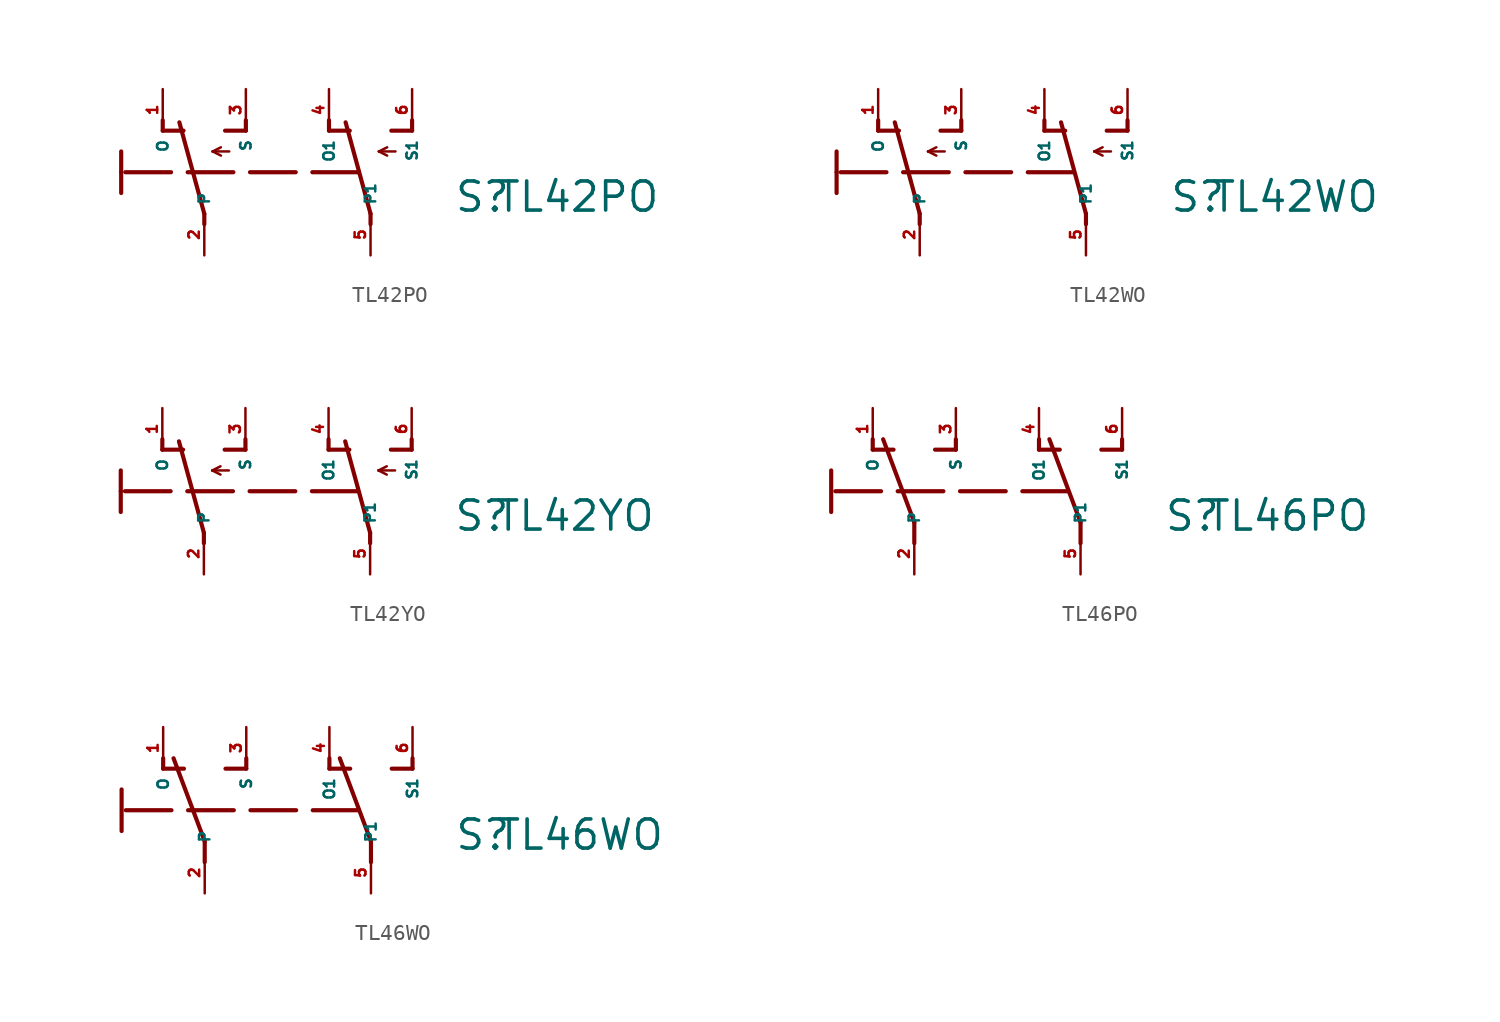
<source format=kicad_sym>
(kicad_symbol_lib
  (version 20220914)
  (generator Eagle2Kicad)
  (symbol "TL42PO"
    (property "Reference" "S"
      (at 15.24 -2.54 0)
      (effects (font (size 1.778 1.778) (thickness 0.22)) (justify left bottom)))
    (property "Value" "TL42PO"
      (at 17.78 -2.54 0)
      (effects (font (size 1.778 1.778) (thickness 0.22)) (justify left bottom)))
    (polyline
      (pts (xy 0 -3.175) (xy 0 -2.54))
      (stroke (width 0.254) (type default))
      (fill (type none)))
    (polyline
      (pts (xy 0 -2.54) (xy -1.524 3.048))
      (stroke (width 0.254) (type default))
      (fill (type none)))
    (polyline
      (pts (xy 1.27 2.54) (xy 2.54 2.54))
      (stroke (width 0.254) (type default))
      (fill (type none)))
    (polyline
      (pts (xy 2.54 2.54) (xy 2.54 3.175))
      (stroke (width 0.254) (type default))
      (fill (type none)))
    (polyline
      (pts (xy -2.54 2.54) (xy -1.27 2.54))
      (stroke (width 0.254) (type default))
      (fill (type none)))
    (polyline
      (pts (xy -2.54 2.54) (xy -2.54 3.175))
      (stroke (width 0.254) (type default))
      (fill (type none)))
    (polyline
      (pts (xy 0.508 1.27) (xy 1.016 1.524))
      (stroke (width 0.152) (type default))
      (fill (type none)))
    (polyline
      (pts (xy 0.508 1.27) (xy 1.016 1.016))
      (stroke (width 0.152) (type default))
      (fill (type none)))
    (polyline
      (pts (xy 0.508 1.27) (xy 1.524 1.27))
      (stroke (width 0.152) (type default))
      (fill (type none)))
    (polyline
      (pts (xy 10.16 -3.175) (xy 10.16 -2.54))
      (stroke (width 0.254) (type default))
      (fill (type none)))
    (polyline
      (pts (xy 10.16 -2.54) (xy 8.636 3.048))
      (stroke (width 0.254) (type default))
      (fill (type none)))
    (polyline
      (pts (xy 11.43 2.54) (xy 12.7 2.54))
      (stroke (width 0.254) (type default))
      (fill (type none)))
    (polyline
      (pts (xy 12.7 2.54) (xy 12.7 3.175))
      (stroke (width 0.254) (type default))
      (fill (type none)))
    (polyline
      (pts (xy 7.62 2.54) (xy 8.89 2.54))
      (stroke (width 0.254) (type default))
      (fill (type none)))
    (polyline
      (pts (xy 7.62 2.54) (xy 7.62 3.175))
      (stroke (width 0.254) (type default))
      (fill (type none)))
    (polyline
      (pts (xy 10.668 1.27) (xy 11.176 1.524))
      (stroke (width 0.152) (type default))
      (fill (type none)))
    (polyline
      (pts (xy 10.668 1.27) (xy 11.176 1.016))
      (stroke (width 0.152) (type default))
      (fill (type none)))
    (polyline
      (pts (xy 10.668 1.27) (xy 11.684 1.27))
      (stroke (width 0.152) (type default))
      (fill (type none)))
    (polyline
      (pts (xy 9.398 0) (xy -5.08 0))
      (stroke (width 0.254) (type dash))
      (fill (type none)))
    (polyline
      (pts (xy -5.08 1.27) (xy -5.08 0))
      (stroke (width 0.254) (type default))
      (fill (type none)))
    (polyline
      (pts (xy -5.08 0) (xy -5.08 -1.27))
      (stroke (width 0.254) (type default))
      (fill (type none)))
    (pin passive line
      (at 0 -5.08 90)
      (length 2.54)
      (name "P" (effects (font (size 0.635 0.635) (thickness 0.08)) (justify left bottom)))
      (number "2" (effects (font (size 0.635 0.635) (thickness 0.08)) (justify left bottom))))
    (pin passive line
      (at 2.54 5.08 270)
      (length 2.54)
      (name "S" (effects (font (size 0.635 0.635) (thickness 0.08)) (justify left bottom)))
      (number "3" (effects (font (size 0.635 0.635) (thickness 0.08)) (justify left bottom))))
    (pin passive line
      (at -2.54 5.08 270)
      (length 2.54)
      (name "O" (effects (font (size 0.635 0.635) (thickness 0.08)) (justify left bottom)))
      (number "1" (effects (font (size 0.635 0.635) (thickness 0.08)) (justify left bottom))))
    (pin passive line
      (at 10.16 -5.08 90)
      (length 2.54)
      (name "P1" (effects (font (size 0.635 0.635) (thickness 0.08)) (justify left bottom)))
      (number "5" (effects (font (size 0.635 0.635) (thickness 0.08)) (justify left bottom))))
    (pin passive line
      (at 12.7 5.08 270)
      (length 2.54)
      (name "S1" (effects (font (size 0.635 0.635) (thickness 0.08)) (justify left bottom)))
      (number "6" (effects (font (size 0.635 0.635) (thickness 0.08)) (justify left bottom))))
    (pin passive line
      (at 7.62 5.08 270)
      (length 2.54)
      (name "O1" (effects (font (size 0.635 0.635) (thickness 0.08)) (justify left bottom)))
      (number "4" (effects (font (size 0.635 0.635) (thickness 0.08)) (justify left bottom)))))
  (symbol "TL42WO"
    (property "Reference" "S"
      (at 15.24 -2.54 0)
      (effects (font (size 1.778 1.778) (thickness 0.22)) (justify left bottom)))
    (property "Value" "TL42WO"
      (at 17.78 -2.54 0)
      (effects (font (size 1.778 1.778) (thickness 0.22)) (justify left bottom)))
    (polyline
      (pts (xy 0 -3.175) (xy 0 -2.54))
      (stroke (width 0.254) (type default))
      (fill (type none)))
    (polyline
      (pts (xy 0 -2.54) (xy -1.524 3.048))
      (stroke (width 0.254) (type default))
      (fill (type none)))
    (polyline
      (pts (xy 1.27 2.54) (xy 2.54 2.54))
      (stroke (width 0.254) (type default))
      (fill (type none)))
    (polyline
      (pts (xy 2.54 2.54) (xy 2.54 3.175))
      (stroke (width 0.254) (type default))
      (fill (type none)))
    (polyline
      (pts (xy -2.54 2.54) (xy -1.27 2.54))
      (stroke (width 0.254) (type default))
      (fill (type none)))
    (polyline
      (pts (xy -2.54 2.54) (xy -2.54 3.175))
      (stroke (width 0.254) (type default))
      (fill (type none)))
    (polyline
      (pts (xy 0.508 1.27) (xy 1.016 1.524))
      (stroke (width 0.152) (type default))
      (fill (type none)))
    (polyline
      (pts (xy 0.508 1.27) (xy 1.016 1.016))
      (stroke (width 0.152) (type default))
      (fill (type none)))
    (polyline
      (pts (xy 0.508 1.27) (xy 1.524 1.27))
      (stroke (width 0.152) (type default))
      (fill (type none)))
    (polyline
      (pts (xy 10.16 -3.175) (xy 10.16 -2.54))
      (stroke (width 0.254) (type default))
      (fill (type none)))
    (polyline
      (pts (xy 10.16 -2.54) (xy 8.636 3.048))
      (stroke (width 0.254) (type default))
      (fill (type none)))
    (polyline
      (pts (xy 11.43 2.54) (xy 12.7 2.54))
      (stroke (width 0.254) (type default))
      (fill (type none)))
    (polyline
      (pts (xy 12.7 2.54) (xy 12.7 3.175))
      (stroke (width 0.254) (type default))
      (fill (type none)))
    (polyline
      (pts (xy 7.62 2.54) (xy 8.89 2.54))
      (stroke (width 0.254) (type default))
      (fill (type none)))
    (polyline
      (pts (xy 7.62 2.54) (xy 7.62 3.175))
      (stroke (width 0.254) (type default))
      (fill (type none)))
    (polyline
      (pts (xy 10.668 1.27) (xy 11.176 1.524))
      (stroke (width 0.152) (type default))
      (fill (type none)))
    (polyline
      (pts (xy 10.668 1.27) (xy 11.176 1.016))
      (stroke (width 0.152) (type default))
      (fill (type none)))
    (polyline
      (pts (xy 10.668 1.27) (xy 11.684 1.27))
      (stroke (width 0.152) (type default))
      (fill (type none)))
    (polyline
      (pts (xy 9.398 0) (xy -5.08 0))
      (stroke (width 0.254) (type dash))
      (fill (type none)))
    (polyline
      (pts (xy -5.08 1.27) (xy -5.08 0))
      (stroke (width 0.254) (type default))
      (fill (type none)))
    (polyline
      (pts (xy -5.08 0) (xy -5.08 -1.27))
      (stroke (width 0.254) (type default))
      (fill (type none)))
    (pin passive line
      (at 0 -5.08 90)
      (length 2.54)
      (name "P" (effects (font (size 0.635 0.635) (thickness 0.08)) (justify left bottom)))
      (number "2" (effects (font (size 0.635 0.635) (thickness 0.08)) (justify left bottom))))
    (pin passive line
      (at 2.54 5.08 270)
      (length 2.54)
      (name "S" (effects (font (size 0.635 0.635) (thickness 0.08)) (justify left bottom)))
      (number "3" (effects (font (size 0.635 0.635) (thickness 0.08)) (justify left bottom))))
    (pin passive line
      (at -2.54 5.08 270)
      (length 2.54)
      (name "O" (effects (font (size 0.635 0.635) (thickness 0.08)) (justify left bottom)))
      (number "1" (effects (font (size 0.635 0.635) (thickness 0.08)) (justify left bottom))))
    (pin passive line
      (at 10.16 -5.08 90)
      (length 2.54)
      (name "P1" (effects (font (size 0.635 0.635) (thickness 0.08)) (justify left bottom)))
      (number "5" (effects (font (size 0.635 0.635) (thickness 0.08)) (justify left bottom))))
    (pin passive line
      (at 12.7 5.08 270)
      (length 2.54)
      (name "S1" (effects (font (size 0.635 0.635) (thickness 0.08)) (justify left bottom)))
      (number "6" (effects (font (size 0.635 0.635) (thickness 0.08)) (justify left bottom))))
    (pin passive line
      (at 7.62 5.08 270)
      (length 2.54)
      (name "O1" (effects (font (size 0.635 0.635) (thickness 0.08)) (justify left bottom)))
      (number "4" (effects (font (size 0.635 0.635) (thickness 0.08)) (justify left bottom)))))
  (symbol "TL42YO"
    (property "Reference" "S"
      (at 15.24 -2.54 0)
      (effects (font (size 1.778 1.778) (thickness 0.22)) (justify left bottom)))
    (property "Value" "TL42YO"
      (at 17.78 -2.54 0)
      (effects (font (size 1.778 1.778) (thickness 0.22)) (justify left bottom)))
    (polyline
      (pts (xy 0 -3.175) (xy 0 -2.54))
      (stroke (width 0.254) (type default))
      (fill (type none)))
    (polyline
      (pts (xy 0 -2.54) (xy -1.524 3.048))
      (stroke (width 0.254) (type default))
      (fill (type none)))
    (polyline
      (pts (xy 1.27 2.54) (xy 2.54 2.54))
      (stroke (width 0.254) (type default))
      (fill (type none)))
    (polyline
      (pts (xy 2.54 2.54) (xy 2.54 3.175))
      (stroke (width 0.254) (type default))
      (fill (type none)))
    (polyline
      (pts (xy -2.54 2.54) (xy -1.27 2.54))
      (stroke (width 0.254) (type default))
      (fill (type none)))
    (polyline
      (pts (xy -2.54 2.54) (xy -2.54 3.175))
      (stroke (width 0.254) (type default))
      (fill (type none)))
    (polyline
      (pts (xy 0.508 1.27) (xy 1.016 1.524))
      (stroke (width 0.152) (type default))
      (fill (type none)))
    (polyline
      (pts (xy 0.508 1.27) (xy 1.016 1.016))
      (stroke (width 0.152) (type default))
      (fill (type none)))
    (polyline
      (pts (xy 0.508 1.27) (xy 1.524 1.27))
      (stroke (width 0.152) (type default))
      (fill (type none)))
    (polyline
      (pts (xy 10.16 -3.175) (xy 10.16 -2.54))
      (stroke (width 0.254) (type default))
      (fill (type none)))
    (polyline
      (pts (xy 10.16 -2.54) (xy 8.636 3.048))
      (stroke (width 0.254) (type default))
      (fill (type none)))
    (polyline
      (pts (xy 11.43 2.54) (xy 12.7 2.54))
      (stroke (width 0.254) (type default))
      (fill (type none)))
    (polyline
      (pts (xy 12.7 2.54) (xy 12.7 3.175))
      (stroke (width 0.254) (type default))
      (fill (type none)))
    (polyline
      (pts (xy 7.62 2.54) (xy 8.89 2.54))
      (stroke (width 0.254) (type default))
      (fill (type none)))
    (polyline
      (pts (xy 7.62 2.54) (xy 7.62 3.175))
      (stroke (width 0.254) (type default))
      (fill (type none)))
    (polyline
      (pts (xy 10.668 1.27) (xy 11.176 1.524))
      (stroke (width 0.152) (type default))
      (fill (type none)))
    (polyline
      (pts (xy 10.668 1.27) (xy 11.176 1.016))
      (stroke (width 0.152) (type default))
      (fill (type none)))
    (polyline
      (pts (xy 10.668 1.27) (xy 11.684 1.27))
      (stroke (width 0.152) (type default))
      (fill (type none)))
    (polyline
      (pts (xy 9.398 0) (xy -5.08 0))
      (stroke (width 0.254) (type dash))
      (fill (type none)))
    (polyline
      (pts (xy -5.08 1.27) (xy -5.08 0))
      (stroke (width 0.254) (type default))
      (fill (type none)))
    (polyline
      (pts (xy -5.08 0) (xy -5.08 -1.27))
      (stroke (width 0.254) (type default))
      (fill (type none)))
    (pin passive line
      (at 0 -5.08 90)
      (length 2.54)
      (name "P" (effects (font (size 0.635 0.635) (thickness 0.08)) (justify left bottom)))
      (number "2" (effects (font (size 0.635 0.635) (thickness 0.08)) (justify left bottom))))
    (pin passive line
      (at 2.54 5.08 270)
      (length 2.54)
      (name "S" (effects (font (size 0.635 0.635) (thickness 0.08)) (justify left bottom)))
      (number "3" (effects (font (size 0.635 0.635) (thickness 0.08)) (justify left bottom))))
    (pin passive line
      (at -2.54 5.08 270)
      (length 2.54)
      (name "O" (effects (font (size 0.635 0.635) (thickness 0.08)) (justify left bottom)))
      (number "1" (effects (font (size 0.635 0.635) (thickness 0.08)) (justify left bottom))))
    (pin passive line
      (at 10.16 -5.08 90)
      (length 2.54)
      (name "P1" (effects (font (size 0.635 0.635) (thickness 0.08)) (justify left bottom)))
      (number "5" (effects (font (size 0.635 0.635) (thickness 0.08)) (justify left bottom))))
    (pin passive line
      (at 12.7 5.08 270)
      (length 2.54)
      (name "S1" (effects (font (size 0.635 0.635) (thickness 0.08)) (justify left bottom)))
      (number "6" (effects (font (size 0.635 0.635) (thickness 0.08)) (justify left bottom))))
    (pin passive line
      (at 7.62 5.08 270)
      (length 2.54)
      (name "O1" (effects (font (size 0.635 0.635) (thickness 0.08)) (justify left bottom)))
      (number "4" (effects (font (size 0.635 0.635) (thickness 0.08)) (justify left bottom)))))
  (symbol "TL46PO"
    (property "Reference" "S"
      (at 15.24 -2.54 0)
      (effects (font (size 1.778 1.778) (thickness 0.22)) (justify left bottom)))
    (property "Value" "TL46PO"
      (at 17.78 -2.54 0)
      (effects (font (size 1.778 1.778) (thickness 0.22)) (justify left bottom)))
    (polyline
      (pts (xy 0 -3.175) (xy 0 -1.905))
      (stroke (width 0.254) (type default))
      (fill (type none)))
    (polyline
      (pts (xy 0 -1.905) (xy -1.905 3.175))
      (stroke (width 0.254) (type default))
      (fill (type none)))
    (polyline
      (pts (xy 1.27 2.54) (xy 2.54 2.54))
      (stroke (width 0.254) (type default))
      (fill (type none)))
    (polyline
      (pts (xy 2.54 2.54) (xy 2.54 3.175))
      (stroke (width 0.254) (type default))
      (fill (type none)))
    (polyline
      (pts (xy -2.54 2.54) (xy -1.27 2.54))
      (stroke (width 0.254) (type default))
      (fill (type none)))
    (polyline
      (pts (xy -2.54 2.54) (xy -2.54 3.175))
      (stroke (width 0.254) (type default))
      (fill (type none)))
    (polyline
      (pts (xy 10.16 -3.175) (xy 10.16 -1.905))
      (stroke (width 0.254) (type default))
      (fill (type none)))
    (polyline
      (pts (xy 10.16 -1.905) (xy 8.255 3.175))
      (stroke (width 0.254) (type default))
      (fill (type none)))
    (polyline
      (pts (xy 11.43 2.54) (xy 12.7 2.54))
      (stroke (width 0.254) (type default))
      (fill (type none)))
    (polyline
      (pts (xy 12.7 2.54) (xy 12.7 3.175))
      (stroke (width 0.254) (type default))
      (fill (type none)))
    (polyline
      (pts (xy 7.62 2.54) (xy 8.89 2.54))
      (stroke (width 0.254) (type default))
      (fill (type none)))
    (polyline
      (pts (xy 7.62 2.54) (xy 7.62 3.175))
      (stroke (width 0.254) (type default))
      (fill (type none)))
    (polyline
      (pts (xy 9.398 0) (xy -5.08 0))
      (stroke (width 0.254) (type dash))
      (fill (type none)))
    (polyline
      (pts (xy -5.08 1.27) (xy -5.08 -1.27))
      (stroke (width 0.254) (type default))
      (fill (type none)))
    (pin passive line
      (at 0 -5.08 90)
      (length 2.54)
      (name "P" (effects (font (size 0.635 0.635) (thickness 0.08)) (justify left bottom)))
      (number "2" (effects (font (size 0.635 0.635) (thickness 0.08)) (justify left bottom))))
    (pin passive line
      (at 2.54 5.08 270)
      (length 2.54)
      (name "S" (effects (font (size 0.635 0.635) (thickness 0.08)) (justify left bottom)))
      (number "3" (effects (font (size 0.635 0.635) (thickness 0.08)) (justify left bottom))))
    (pin passive line
      (at -2.54 5.08 270)
      (length 2.54)
      (name "O" (effects (font (size 0.635 0.635) (thickness 0.08)) (justify left bottom)))
      (number "1" (effects (font (size 0.635 0.635) (thickness 0.08)) (justify left bottom))))
    (pin passive line
      (at 10.16 -5.08 90)
      (length 2.54)
      (name "P1" (effects (font (size 0.635 0.635) (thickness 0.08)) (justify left bottom)))
      (number "5" (effects (font (size 0.635 0.635) (thickness 0.08)) (justify left bottom))))
    (pin passive line
      (at 12.7 5.08 270)
      (length 2.54)
      (name "S1" (effects (font (size 0.635 0.635) (thickness 0.08)) (justify left bottom)))
      (number "6" (effects (font (size 0.635 0.635) (thickness 0.08)) (justify left bottom))))
    (pin passive line
      (at 7.62 5.08 270)
      (length 2.54)
      (name "O1" (effects (font (size 0.635 0.635) (thickness 0.08)) (justify left bottom)))
      (number "4" (effects (font (size 0.635 0.635) (thickness 0.08)) (justify left bottom)))))
  (symbol "TL46WO"
    (property "Reference" "S"
      (at 15.24 -2.54 0)
      (effects (font (size 1.778 1.778) (thickness 0.22)) (justify left bottom)))
    (property "Value" "TL46WO"
      (at 17.78 -2.54 0)
      (effects (font (size 1.778 1.778) (thickness 0.22)) (justify left bottom)))
    (polyline
      (pts (xy 0 -3.175) (xy 0 -1.905))
      (stroke (width 0.254) (type default))
      (fill (type none)))
    (polyline
      (pts (xy 0 -1.905) (xy -1.905 3.175))
      (stroke (width 0.254) (type default))
      (fill (type none)))
    (polyline
      (pts (xy 1.27 2.54) (xy 2.54 2.54))
      (stroke (width 0.254) (type default))
      (fill (type none)))
    (polyline
      (pts (xy 2.54 2.54) (xy 2.54 3.175))
      (stroke (width 0.254) (type default))
      (fill (type none)))
    (polyline
      (pts (xy -2.54 2.54) (xy -1.27 2.54))
      (stroke (width 0.254) (type default))
      (fill (type none)))
    (polyline
      (pts (xy -2.54 2.54) (xy -2.54 3.175))
      (stroke (width 0.254) (type default))
      (fill (type none)))
    (polyline
      (pts (xy 10.16 -3.175) (xy 10.16 -1.905))
      (stroke (width 0.254) (type default))
      (fill (type none)))
    (polyline
      (pts (xy 10.16 -1.905) (xy 8.255 3.175))
      (stroke (width 0.254) (type default))
      (fill (type none)))
    (polyline
      (pts (xy 11.43 2.54) (xy 12.7 2.54))
      (stroke (width 0.254) (type default))
      (fill (type none)))
    (polyline
      (pts (xy 12.7 2.54) (xy 12.7 3.175))
      (stroke (width 0.254) (type default))
      (fill (type none)))
    (polyline
      (pts (xy 7.62 2.54) (xy 8.89 2.54))
      (stroke (width 0.254) (type default))
      (fill (type none)))
    (polyline
      (pts (xy 7.62 2.54) (xy 7.62 3.175))
      (stroke (width 0.254) (type default))
      (fill (type none)))
    (polyline
      (pts (xy 9.398 0) (xy -5.08 0))
      (stroke (width 0.254) (type dash))
      (fill (type none)))
    (polyline
      (pts (xy -5.08 1.27) (xy -5.08 -1.27))
      (stroke (width 0.254) (type default))
      (fill (type none)))
    (pin passive line
      (at 0 -5.08 90)
      (length 2.54)
      (name "P" (effects (font (size 0.635 0.635) (thickness 0.08)) (justify left bottom)))
      (number "2" (effects (font (size 0.635 0.635) (thickness 0.08)) (justify left bottom))))
    (pin passive line
      (at 2.54 5.08 270)
      (length 2.54)
      (name "S" (effects (font (size 0.635 0.635) (thickness 0.08)) (justify left bottom)))
      (number "3" (effects (font (size 0.635 0.635) (thickness 0.08)) (justify left bottom))))
    (pin passive line
      (at -2.54 5.08 270)
      (length 2.54)
      (name "O" (effects (font (size 0.635 0.635) (thickness 0.08)) (justify left bottom)))
      (number "1" (effects (font (size 0.635 0.635) (thickness 0.08)) (justify left bottom))))
    (pin passive line
      (at 10.16 -5.08 90)
      (length 2.54)
      (name "P1" (effects (font (size 0.635 0.635) (thickness 0.08)) (justify left bottom)))
      (number "5" (effects (font (size 0.635 0.635) (thickness 0.08)) (justify left bottom))))
    (pin passive line
      (at 12.7 5.08 270)
      (length 2.54)
      (name "S1" (effects (font (size 0.635 0.635) (thickness 0.08)) (justify left bottom)))
      (number "6" (effects (font (size 0.635 0.635) (thickness 0.08)) (justify left bottom))))
    (pin passive line
      (at 7.62 5.08 270)
      (length 2.54)
      (name "O1" (effects (font (size 0.635 0.635) (thickness 0.08)) (justify left bottom)))
      (number "4" (effects (font (size 0.635 0.635) (thickness 0.08)) (justify left bottom))))))
</source>
